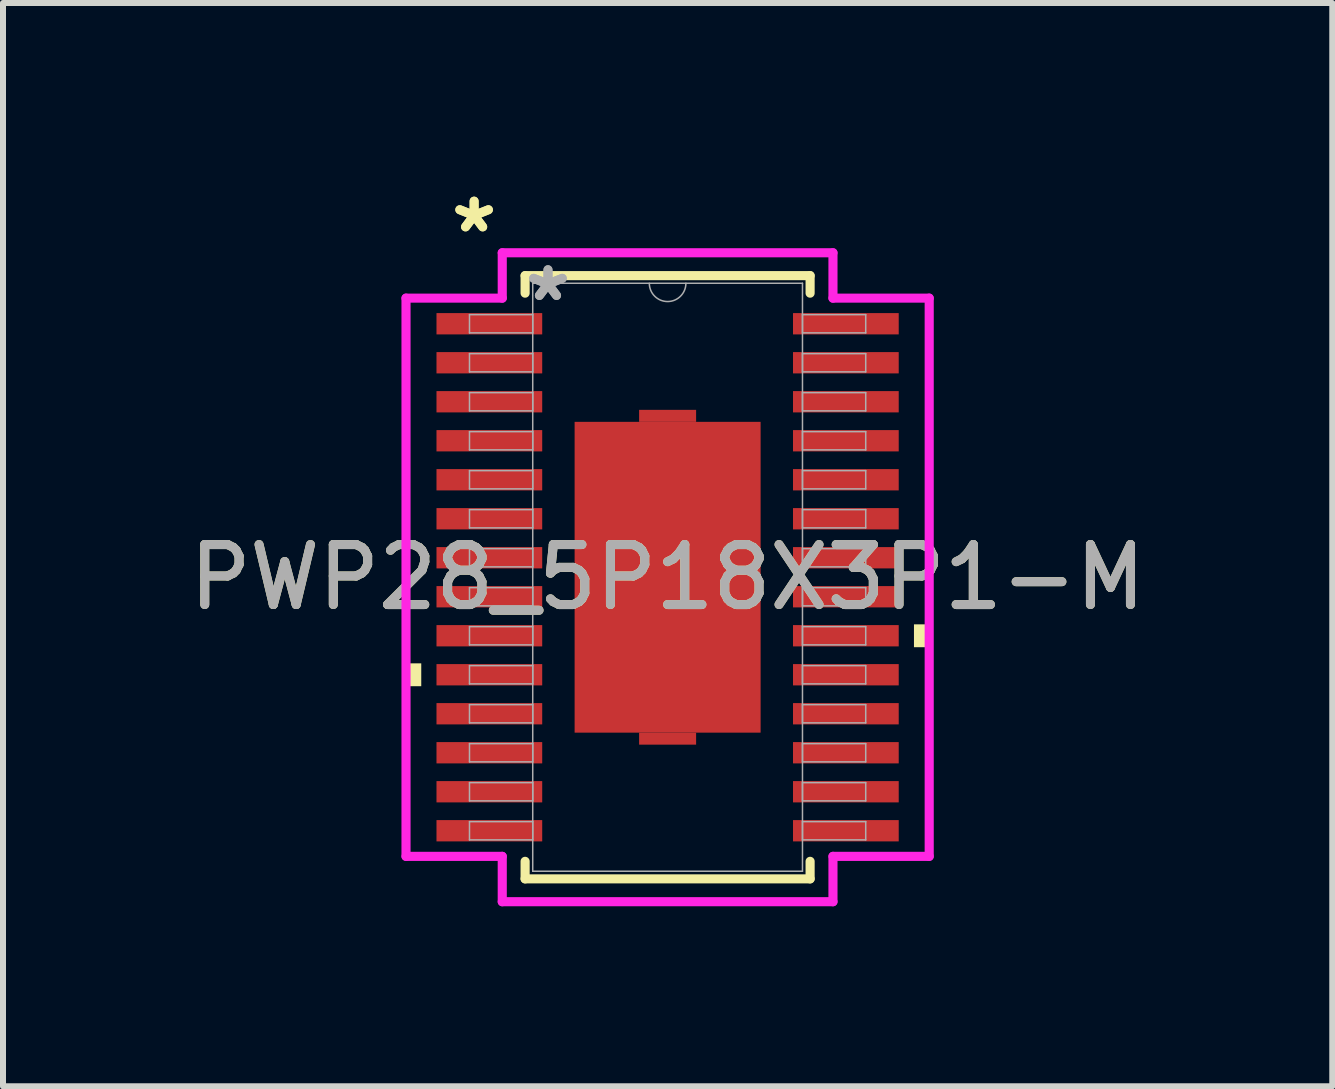
<source format=kicad_pcb>
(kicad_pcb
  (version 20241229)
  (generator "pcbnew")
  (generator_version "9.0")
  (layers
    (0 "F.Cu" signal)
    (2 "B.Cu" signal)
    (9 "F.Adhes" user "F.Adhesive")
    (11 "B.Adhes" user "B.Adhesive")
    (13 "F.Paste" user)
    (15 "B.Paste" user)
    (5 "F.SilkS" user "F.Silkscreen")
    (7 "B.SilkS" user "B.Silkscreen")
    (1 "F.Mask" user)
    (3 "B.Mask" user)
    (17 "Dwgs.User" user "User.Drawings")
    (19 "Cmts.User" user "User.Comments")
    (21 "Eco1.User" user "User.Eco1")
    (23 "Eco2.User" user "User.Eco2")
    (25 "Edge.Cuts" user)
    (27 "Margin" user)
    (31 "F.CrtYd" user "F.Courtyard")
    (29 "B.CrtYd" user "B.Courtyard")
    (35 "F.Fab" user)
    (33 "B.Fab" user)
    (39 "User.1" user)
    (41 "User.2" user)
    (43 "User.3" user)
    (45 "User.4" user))
  (footprint "PWP28_5P18X3P1-M"
    (layer "F.Cu")
    (at 8.077 6.571)
    (property "Reference" "PWP28_5P18X3P1-M" (at 0 0 0) (unlocked yes) (layer "F.SilkS") (effects (font (size 1 1) (thickness 0.15))))
    (attr smd)
    (fp_poly (pts (xy -0.475 -2.59) (xy -0.475 -2.79) (xy 0.475 -2.79) (xy 0.475 -2.59)) (stroke (width 0) (type solid)) (fill yes) (layer "F.Cu"))
    (fp_poly (pts (xy -0.475 2.59) (xy -0.475 2.79) (xy 0.475 2.79) (xy 0.475 2.59)) (stroke (width 0) (type solid)) (fill yes) (layer "F.Cu"))
    (fp_poly (pts (xy -0.475 -2.59) (xy -0.475 -2.79) (xy 0.475 -2.79) (xy 0.475 -2.59)) (stroke (width 0) (type solid)) (fill yes) (layer "F.Mask"))
    (fp_poly (pts (xy -0.475 2.59) (xy -0.475 2.79) (xy 0.475 2.79) (xy 0.475 2.59)) (stroke (width 0) (type solid)) (fill yes) (layer "F.Mask"))
    (fp_line (start -2.375 -5.027) (end -2.375 -4.735) (stroke (width 0.152) (type solid)) (layer "F.SilkS"))
    (fp_line (start -2.375 4.735) (end -2.375 5.027) (stroke (width 0.152) (type solid)) (layer "F.SilkS"))
    (fp_line (start -2.375 5.027) (end 2.375 5.027) (stroke (width 0.152) (type solid)) (layer "F.SilkS"))
    (fp_line (start 2.375 -5.027) (end -2.375 -5.027) (stroke (width 0.152) (type solid)) (layer "F.SilkS"))
    (fp_line (start 2.375 -4.735) (end 2.375 -5.027) (stroke (width 0.152) (type solid)) (layer "F.SilkS"))
    (fp_line (start 2.375 5.027) (end 2.375 4.735) (stroke (width 0.152) (type solid)) (layer "F.SilkS"))
    (fp_poly (pts (xy -4.36 1.435) (xy -4.36 1.816) (xy -4.106 1.816) (xy -4.106 1.435)) (stroke (width 0) (type solid)) (fill yes) (layer "F.SilkS"))
    (fp_poly (pts (xy 4.36 0.785) (xy 4.36 1.166) (xy 4.106 1.166) (xy 4.106 0.785)) (stroke (width 0) (type solid)) (fill yes) (layer "F.SilkS"))
    (fp_poly (pts (xy -1.45 -2.49) (xy -1.45 -1.395) (xy -0.1 -1.395) (xy -0.1 -2.49)) (stroke (width 0) (type solid)) (fill yes) (layer "F.Paste"))
    (fp_poly (pts (xy -1.45 -1.195) (xy -1.45 -0.1) (xy -0.1 -0.1) (xy -0.1 -1.195)) (stroke (width 0) (type solid)) (fill yes) (layer "F.Paste"))
    (fp_poly (pts (xy -1.45 0.1) (xy -1.45 1.195) (xy -0.1 1.195) (xy -0.1 0.1)) (stroke (width 0) (type solid)) (fill yes) (layer "F.Paste"))
    (fp_poly (pts (xy -1.45 1.395) (xy -1.45 2.49) (xy -0.1 2.49) (xy -0.1 1.395)) (stroke (width 0) (type solid)) (fill yes) (layer "F.Paste"))
    (fp_poly (pts (xy 0.1 -2.49) (xy 0.1 -1.395) (xy 1.45 -1.395) (xy 1.45 -2.49)) (stroke (width 0) (type solid)) (fill yes) (layer "F.Paste"))
    (fp_poly (pts (xy 0.1 -1.195) (xy 0.1 -0.1) (xy 1.45 -0.1) (xy 1.45 -1.195)) (stroke (width 0) (type solid)) (fill yes) (layer "F.Paste"))
    (fp_poly (pts (xy 0.1 0.1) (xy 0.1 1.195) (xy 1.45 1.195) (xy 1.45 0.1)) (stroke (width 0) (type solid)) (fill yes) (layer "F.Paste"))
    (fp_poly (pts (xy 0.1 1.395) (xy 0.1 2.49) (xy 1.45 2.49) (xy 1.45 1.395)) (stroke (width 0) (type solid)) (fill yes) (layer "F.Paste"))
    (fp_line (start -4.36 -4.652) (end -2.756 -4.652) (stroke (width 0.152) (type solid)) (layer "F.CrtYd"))
    (fp_line (start -4.36 4.652) (end -4.36 -4.652) (stroke (width 0.152) (type solid)) (layer "F.CrtYd"))
    (fp_line (start -4.36 4.652) (end -2.756 4.652) (stroke (width 0.152) (type solid)) (layer "F.CrtYd"))
    (fp_line (start -2.756 -5.408) (end 2.756 -5.408) (stroke (width 0.152) (type solid)) (layer "F.CrtYd"))
    (fp_line (start -2.756 -4.652) (end -2.756 -5.408) (stroke (width 0.152) (type solid)) (layer "F.CrtYd"))
    (fp_line (start -2.756 5.408) (end -2.756 4.652) (stroke (width 0.152) (type solid)) (layer "F.CrtYd"))
    (fp_line (start 2.756 -5.408) (end 2.756 -4.652) (stroke (width 0.152) (type solid)) (layer "F.CrtYd"))
    (fp_line (start 2.756 4.652) (end 2.756 5.408) (stroke (width 0.152) (type solid)) (layer "F.CrtYd"))
    (fp_line (start 2.756 5.408) (end -2.756 5.408) (stroke (width 0.152) (type solid)) (layer "F.CrtYd"))
    (fp_line (start 4.36 -4.652) (end 2.756 -4.652) (stroke (width 0.152) (type solid)) (layer "F.CrtYd"))
    (fp_line (start 4.36 -4.652) (end 4.36 4.652) (stroke (width 0.152) (type solid)) (layer "F.CrtYd"))
    (fp_line (start 4.36 4.652) (end 2.756 4.652) (stroke (width 0.152) (type solid)) (layer "F.CrtYd"))
    (fp_line (start -3.302 -4.377) (end -3.302 -4.073) (stroke (width 0.025) (type solid)) (layer "F.Fab"))
    (fp_line (start -3.302 -4.073) (end -2.248 -4.073) (stroke (width 0.025) (type solid)) (layer "F.Fab"))
    (fp_line (start -3.302 -3.727) (end -3.302 -3.423) (stroke (width 0.025) (type solid)) (layer "F.Fab"))
    (fp_line (start -3.302 -3.423) (end -2.248 -3.423) (stroke (width 0.025) (type solid)) (layer "F.Fab"))
    (fp_line (start -3.302 -3.077) (end -3.302 -2.773) (stroke (width 0.025) (type solid)) (layer "F.Fab"))
    (fp_line (start -3.302 -2.773) (end -2.248 -2.773) (stroke (width 0.025) (type solid)) (layer "F.Fab"))
    (fp_line (start -3.302 -2.427) (end -3.302 -2.123) (stroke (width 0.025) (type solid)) (layer "F.Fab"))
    (fp_line (start -3.302 -2.123) (end -2.248 -2.123) (stroke (width 0.025) (type solid)) (layer "F.Fab"))
    (fp_line (start -3.302 -1.777) (end -3.302 -1.473) (stroke (width 0.025) (type solid)) (layer "F.Fab"))
    (fp_line (start -3.302 -1.473) (end -2.248 -1.473) (stroke (width 0.025) (type solid)) (layer "F.Fab"))
    (fp_line (start -3.302 -1.127) (end -3.302 -0.823) (stroke (width 0.025) (type solid)) (layer "F.Fab"))
    (fp_line (start -3.302 -0.823) (end -2.248 -0.823) (stroke (width 0.025) (type solid)) (layer "F.Fab"))
    (fp_line (start -3.302 -0.477) (end -3.302 -0.173) (stroke (width 0.025) (type solid)) (layer "F.Fab"))
    (fp_line (start -3.302 -0.173) (end -2.248 -0.173) (stroke (width 0.025) (type solid)) (layer "F.Fab"))
    (fp_line (start -3.302 0.173) (end -3.302 0.477) (stroke (width 0.025) (type solid)) (layer "F.Fab"))
    (fp_line (start -3.302 0.477) (end -2.248 0.477) (stroke (width 0.025) (type solid)) (layer "F.Fab"))
    (fp_line (start -3.302 0.823) (end -3.302 1.127) (stroke (width 0.025) (type solid)) (layer "F.Fab"))
    (fp_line (start -3.302 1.127) (end -2.248 1.127) (stroke (width 0.025) (type solid)) (layer "F.Fab"))
    (fp_line (start -3.302 1.473) (end -3.302 1.777) (stroke (width 0.025) (type solid)) (layer "F.Fab"))
    (fp_line (start -3.302 1.777) (end -2.248 1.777) (stroke (width 0.025) (type solid)) (layer "F.Fab"))
    (fp_line (start -3.302 2.123) (end -3.302 2.427) (stroke (width 0.025) (type solid)) (layer "F.Fab"))
    (fp_line (start -3.302 2.427) (end -2.248 2.427) (stroke (width 0.025) (type solid)) (layer "F.Fab"))
    (fp_line (start -3.302 2.773) (end -3.302 3.077) (stroke (width 0.025) (type solid)) (layer "F.Fab"))
    (fp_line (start -3.302 3.077) (end -2.248 3.077) (stroke (width 0.025) (type solid)) (layer "F.Fab"))
    (fp_line (start -3.302 3.423) (end -3.302 3.727) (stroke (width 0.025) (type solid)) (layer "F.Fab"))
    (fp_line (start -3.302 3.727) (end -2.248 3.727) (stroke (width 0.025) (type solid)) (layer "F.Fab"))
    (fp_line (start -3.302 4.073) (end -3.302 4.377) (stroke (width 0.025) (type solid)) (layer "F.Fab"))
    (fp_line (start -3.302 4.377) (end -2.248 4.377) (stroke (width 0.025) (type solid)) (layer "F.Fab"))
    (fp_line (start -2.248 -4.9) (end -2.248 4.9) (stroke (width 0.025) (type solid)) (layer "F.Fab"))
    (fp_line (start -2.248 -4.377) (end -3.302 -4.377) (stroke (width 0.025) (type solid)) (layer "F.Fab"))
    (fp_line (start -2.248 -4.073) (end -2.248 -4.377) (stroke (width 0.025) (type solid)) (layer "F.Fab"))
    (fp_line (start -2.248 -3.727) (end -3.302 -3.727) (stroke (width 0.025) (type solid)) (layer "F.Fab"))
    (fp_line (start -2.248 -3.423) (end -2.248 -3.727) (stroke (width 0.025) (type solid)) (layer "F.Fab"))
    (fp_line (start -2.248 -3.077) (end -3.302 -3.077) (stroke (width 0.025) (type solid)) (layer "F.Fab"))
    (fp_line (start -2.248 -2.773) (end -2.248 -3.077) (stroke (width 0.025) (type solid)) (layer "F.Fab"))
    (fp_line (start -2.248 -2.427) (end -3.302 -2.427) (stroke (width 0.025) (type solid)) (layer "F.Fab"))
    (fp_line (start -2.248 -2.123) (end -2.248 -2.427) (stroke (width 0.025) (type solid)) (layer "F.Fab"))
    (fp_line (start -2.248 -1.777) (end -3.302 -1.777) (stroke (width 0.025) (type solid)) (layer "F.Fab"))
    (fp_line (start -2.248 -1.473) (end -2.248 -1.777) (stroke (width 0.025) (type solid)) (layer "F.Fab"))
    (fp_line (start -2.248 -1.127) (end -3.302 -1.127) (stroke (width 0.025) (type solid)) (layer "F.Fab"))
    (fp_line (start -2.248 -0.823) (end -2.248 -1.127) (stroke (width 0.025) (type solid)) (layer "F.Fab"))
    (fp_line (start -2.248 -0.477) (end -3.302 -0.477) (stroke (width 0.025) (type solid)) (layer "F.Fab"))
    (fp_line (start -2.248 -0.173) (end -2.248 -0.477) (stroke (width 0.025) (type solid)) (layer "F.Fab"))
    (fp_line (start -2.248 0.173) (end -3.302 0.173) (stroke (width 0.025) (type solid)) (layer "F.Fab"))
    (fp_line (start -2.248 0.477) (end -2.248 0.173) (stroke (width 0.025) (type solid)) (layer "F.Fab"))
    (fp_line (start -2.248 0.823) (end -3.302 0.823) (stroke (width 0.025) (type solid)) (layer "F.Fab"))
    (fp_line (start -2.248 1.127) (end -2.248 0.823) (stroke (width 0.025) (type solid)) (layer "F.Fab"))
    (fp_line (start -2.248 1.473) (end -3.302 1.473) (stroke (width 0.025) (type solid)) (layer "F.Fab"))
    (fp_line (start -2.248 1.777) (end -2.248 1.473) (stroke (width 0.025) (type solid)) (layer "F.Fab"))
    (fp_line (start -2.248 2.123) (end -3.302 2.123) (stroke (width 0.025) (type solid)) (layer "F.Fab"))
    (fp_line (start -2.248 2.427) (end -2.248 2.123) (stroke (width 0.025) (type solid)) (layer "F.Fab"))
    (fp_line (start -2.248 2.773) (end -3.302 2.773) (stroke (width 0.025) (type solid)) (layer "F.Fab"))
    (fp_line (start -2.248 3.077) (end -2.248 2.773) (stroke (width 0.025) (type solid)) (layer "F.Fab"))
    (fp_line (start -2.248 3.423) (end -3.302 3.423) (stroke (width 0.025) (type solid)) (layer "F.Fab"))
    (fp_line (start -2.248 3.727) (end -2.248 3.423) (stroke (width 0.025) (type solid)) (layer "F.Fab"))
    (fp_line (start -2.248 4.073) (end -3.302 4.073) (stroke (width 0.025) (type solid)) (layer "F.Fab"))
    (fp_line (start -2.248 4.377) (end -2.248 4.073) (stroke (width 0.025) (type solid)) (layer "F.Fab"))
    (fp_line (start -2.248 4.9) (end 2.248 4.9) (stroke (width 0.025) (type solid)) (layer "F.Fab"))
    (fp_line (start 2.248 -4.9) (end -2.248 -4.9) (stroke (width 0.025) (type solid)) (layer "F.Fab"))
    (fp_line (start 2.248 -4.377) (end 2.248 -4.073) (stroke (width 0.025) (type solid)) (layer "F.Fab"))
    (fp_line (start 2.248 -4.073) (end 3.302 -4.073) (stroke (width 0.025) (type solid)) (layer "F.Fab"))
    (fp_line (start 2.248 -3.727) (end 2.248 -3.423) (stroke (width 0.025) (type solid)) (layer "F.Fab"))
    (fp_line (start 2.248 -3.423) (end 3.302 -3.423) (stroke (width 0.025) (type solid)) (layer "F.Fab"))
    (fp_line (start 2.248 -3.077) (end 2.248 -2.773) (stroke (width 0.025) (type solid)) (layer "F.Fab"))
    (fp_line (start 2.248 -2.773) (end 3.302 -2.773) (stroke (width 0.025) (type solid)) (layer "F.Fab"))
    (fp_line (start 2.248 -2.427) (end 2.248 -2.123) (stroke (width 0.025) (type solid)) (layer "F.Fab"))
    (fp_line (start 2.248 -2.123) (end 3.302 -2.123) (stroke (width 0.025) (type solid)) (layer "F.Fab"))
    (fp_line (start 2.248 -1.777) (end 2.248 -1.473) (stroke (width 0.025) (type solid)) (layer "F.Fab"))
    (fp_line (start 2.248 -1.473) (end 3.302 -1.473) (stroke (width 0.025) (type solid)) (layer "F.Fab"))
    (fp_line (start 2.248 -1.127) (end 2.248 -0.823) (stroke (width 0.025) (type solid)) (layer "F.Fab"))
    (fp_line (start 2.248 -0.823) (end 3.302 -0.823) (stroke (width 0.025) (type solid)) (layer "F.Fab"))
    (fp_line (start 2.248 -0.477) (end 2.248 -0.173) (stroke (width 0.025) (type solid)) (layer "F.Fab"))
    (fp_line (start 2.248 -0.173) (end 3.302 -0.173) (stroke (width 0.025) (type solid)) (layer "F.Fab"))
    (fp_line (start 2.248 0.173) (end 2.248 0.477) (stroke (width 0.025) (type solid)) (layer "F.Fab"))
    (fp_line (start 2.248 0.477) (end 3.302 0.477) (stroke (width 0.025) (type solid)) (layer "F.Fab"))
    (fp_line (start 2.248 0.823) (end 2.248 1.127) (stroke (width 0.025) (type solid)) (layer "F.Fab"))
    (fp_line (start 2.248 1.127) (end 3.302 1.127) (stroke (width 0.025) (type solid)) (layer "F.Fab"))
    (fp_line (start 2.248 1.473) (end 2.248 1.777) (stroke (width 0.025) (type solid)) (layer "F.Fab"))
    (fp_line (start 2.248 1.777) (end 3.302 1.777) (stroke (width 0.025) (type solid)) (layer "F.Fab"))
    (fp_line (start 2.248 2.123) (end 2.248 2.427) (stroke (width 0.025) (type solid)) (layer "F.Fab"))
    (fp_line (start 2.248 2.427) (end 3.302 2.427) (stroke (width 0.025) (type solid)) (layer "F.Fab"))
    (fp_line (start 2.248 2.773) (end 2.248 3.077) (stroke (width 0.025) (type solid)) (layer "F.Fab"))
    (fp_line (start 2.248 3.077) (end 3.302 3.077) (stroke (width 0.025) (type solid)) (layer "F.Fab"))
    (fp_line (start 2.248 3.423) (end 2.248 3.727) (stroke (width 0.025) (type solid)) (layer "F.Fab"))
    (fp_line (start 2.248 3.727) (end 3.302 3.727) (stroke (width 0.025) (type solid)) (layer "F.Fab"))
    (fp_line (start 2.248 4.073) (end 2.248 4.377) (stroke (width 0.025) (type solid)) (layer "F.Fab"))
    (fp_line (start 2.248 4.377) (end 3.302 4.377) (stroke (width 0.025) (type solid)) (layer "F.Fab"))
    (fp_line (start 2.248 4.9) (end 2.248 -4.9) (stroke (width 0.025) (type solid)) (layer "F.Fab"))
    (fp_line (start 3.302 -4.377) (end 2.248 -4.377) (stroke (width 0.025) (type solid)) (layer "F.Fab"))
    (fp_line (start 3.302 -4.073) (end 3.302 -4.377) (stroke (width 0.025) (type solid)) (layer "F.Fab"))
    (fp_line (start 3.302 -3.727) (end 2.248 -3.727) (stroke (width 0.025) (type solid)) (layer "F.Fab"))
    (fp_line (start 3.302 -3.423) (end 3.302 -3.727) (stroke (width 0.025) (type solid)) (layer "F.Fab"))
    (fp_line (start 3.302 -3.077) (end 2.248 -3.077) (stroke (width 0.025) (type solid)) (layer "F.Fab"))
    (fp_line (start 3.302 -2.773) (end 3.302 -3.077) (stroke (width 0.025) (type solid)) (layer "F.Fab"))
    (fp_line (start 3.302 -2.427) (end 2.248 -2.427) (stroke (width 0.025) (type solid)) (layer "F.Fab"))
    (fp_line (start 3.302 -2.123) (end 3.302 -2.427) (stroke (width 0.025) (type solid)) (layer "F.Fab"))
    (fp_line (start 3.302 -1.777) (end 2.248 -1.777) (stroke (width 0.025) (type solid)) (layer "F.Fab"))
    (fp_line (start 3.302 -1.473) (end 3.302 -1.777) (stroke (width 0.025) (type solid)) (layer "F.Fab"))
    (fp_line (start 3.302 -1.127) (end 2.248 -1.127) (stroke (width 0.025) (type solid)) (layer "F.Fab"))
    (fp_line (start 3.302 -0.823) (end 3.302 -1.127) (stroke (width 0.025) (type solid)) (layer "F.Fab"))
    (fp_line (start 3.302 -0.477) (end 2.248 -0.477) (stroke (width 0.025) (type solid)) (layer "F.Fab"))
    (fp_line (start 3.302 -0.173) (end 3.302 -0.477) (stroke (width 0.025) (type solid)) (layer "F.Fab"))
    (fp_line (start 3.302 0.173) (end 2.248 0.173) (stroke (width 0.025) (type solid)) (layer "F.Fab"))
    (fp_line (start 3.302 0.477) (end 3.302 0.173) (stroke (width 0.025) (type solid)) (layer "F.Fab"))
    (fp_line (start 3.302 0.823) (end 2.248 0.823) (stroke (width 0.025) (type solid)) (layer "F.Fab"))
    (fp_line (start 3.302 1.127) (end 3.302 0.823) (stroke (width 0.025) (type solid)) (layer "F.Fab"))
    (fp_line (start 3.302 1.473) (end 2.248 1.473) (stroke (width 0.025) (type solid)) (layer "F.Fab"))
    (fp_line (start 3.302 1.777) (end 3.302 1.473) (stroke (width 0.025) (type solid)) (layer "F.Fab"))
    (fp_line (start 3.302 2.123) (end 2.248 2.123) (stroke (width 0.025) (type solid)) (layer "F.Fab"))
    (fp_line (start 3.302 2.427) (end 3.302 2.123) (stroke (width 0.025) (type solid)) (layer "F.Fab"))
    (fp_line (start 3.302 2.773) (end 2.248 2.773) (stroke (width 0.025) (type solid)) (layer "F.Fab"))
    (fp_line (start 3.302 3.077) (end 3.302 2.773) (stroke (width 0.025) (type solid)) (layer "F.Fab"))
    (fp_line (start 3.302 3.423) (end 2.248 3.423) (stroke (width 0.025) (type solid)) (layer "F.Fab"))
    (fp_line (start 3.302 3.727) (end 3.302 3.423) (stroke (width 0.025) (type solid)) (layer "F.Fab"))
    (fp_line (start 3.302 4.073) (end 2.248 4.073) (stroke (width 0.025) (type solid)) (layer "F.Fab"))
    (fp_line (start 3.302 4.377) (end 3.302 4.073) (stroke (width 0.025) (type solid)) (layer "F.Fab"))
    (fp_arc (start 0.3048 -4.900003) (mid 0 -4.595203) (end -0.3048 -4.900003) (stroke (width 0.0254) (type solid)) (layer "F.Fab"))
    (fp_text user "*" (at -3.225 -5.723 0) (layer "F.SilkS") (effects (font (size 1 1) (thickness 0.15))))
    (fp_text user "*" (at -3.225 -5.723 0) (unlocked yes) (layer "F.SilkS") (effects (font (size 1 1) (thickness 0.15))))
    (fp_text user "*" (at -1.994 -4.58 0) (layer "F.Fab") (effects (font (size 1 1) (thickness 0.15))))
    (fp_text user "${REFERENCE}" (at 0 0 0) (unlocked yes) (layer "F.Fab") (effects (font (size 1 1) (thickness 0.15))))
    (fp_text user "*" (at -1.994 -4.58 0) (unlocked yes) (layer "F.Fab") (effects (font (size 1 1) (thickness 0.15))))
    (pad "1" smd rect (at -2.971 -4.225) (size 1.762 0.355) (layers "F.Cu" "F.Mask" "F.Paste"))
    (pad "2" smd rect (at -2.971 -3.575) (size 1.762 0.355) (layers "F.Cu" "F.Mask" "F.Paste"))
    (pad "3" smd rect (at -2.971 -2.925) (size 1.762 0.355) (layers "F.Cu" "F.Mask" "F.Paste"))
    (pad "4" smd rect (at -2.971 -2.275) (size 1.762 0.355) (layers "F.Cu" "F.Mask" "F.Paste"))
    (pad "5" smd rect (at -2.971 -1.625) (size 1.762 0.355) (layers "F.Cu" "F.Mask" "F.Paste"))
    (pad "6" smd rect (at -2.971 -0.975) (size 1.762 0.355) (layers "F.Cu" "F.Mask" "F.Paste"))
    (pad "7" smd rect (at -2.971 -0.325) (size 1.762 0.355) (layers "F.Cu" "F.Mask" "F.Paste"))
    (pad "8" smd rect (at -2.971 0.325) (size 1.762 0.355) (layers "F.Cu" "F.Mask" "F.Paste"))
    (pad "9" smd rect (at -2.971 0.975) (size 1.762 0.355) (layers "F.Cu" "F.Mask" "F.Paste"))
    (pad "10" smd rect (at -2.971 1.625) (size 1.762 0.355) (layers "F.Cu" "F.Mask" "F.Paste"))
    (pad "11" smd rect (at -2.971 2.275) (size 1.762 0.355) (layers "F.Cu" "F.Mask" "F.Paste"))
    (pad "12" smd rect (at -2.971 2.925) (size 1.762 0.355) (layers "F.Cu" "F.Mask" "F.Paste"))
    (pad "13" smd rect (at -2.971 3.575) (size 1.762 0.355) (layers "F.Cu" "F.Mask" "F.Paste"))
    (pad "14" smd rect (at -2.971 4.225) (size 1.762 0.355) (layers "F.Cu" "F.Mask" "F.Paste"))
    (pad "15" smd rect (at 2.971 4.225) (size 1.762 0.355) (layers "F.Cu" "F.Mask" "F.Paste"))
    (pad "16" smd rect (at 2.971 3.575) (size 1.762 0.355) (layers "F.Cu" "F.Mask" "F.Paste"))
    (pad "17" smd rect (at 2.971 2.925) (size 1.762 0.355) (layers "F.Cu" "F.Mask" "F.Paste"))
    (pad "18" smd rect (at 2.971 2.275) (size 1.762 0.355) (layers "F.Cu" "F.Mask" "F.Paste"))
    (pad "19" smd rect (at 2.971 1.625) (size 1.762 0.355) (layers "F.Cu" "F.Mask" "F.Paste"))
    (pad "20" smd rect (at 2.971 0.975) (size 1.762 0.355) (layers "F.Cu" "F.Mask" "F.Paste"))
    (pad "21" smd rect (at 2.971 0.325) (size 1.762 0.355) (layers "F.Cu" "F.Mask" "F.Paste"))
    (pad "22" smd rect (at 2.971 -0.325) (size 1.762 0.355) (layers "F.Cu" "F.Mask" "F.Paste"))
    (pad "23" smd rect (at 2.971 -0.975) (size 1.762 0.355) (layers "F.Cu" "F.Mask" "F.Paste"))
    (pad "24" smd rect (at 2.971 -1.625) (size 1.762 0.355) (layers "F.Cu" "F.Mask" "F.Paste"))
    (pad "25" smd rect (at 2.971 -2.275) (size 1.762 0.355) (layers "F.Cu" "F.Mask" "F.Paste"))
    (pad "26" smd rect (at 2.971 -2.925) (size 1.762 0.355) (layers "F.Cu" "F.Mask" "F.Paste"))
    (pad "27" smd rect (at 2.971 -3.575) (size 1.762 0.355) (layers "F.Cu" "F.Mask" "F.Paste"))
    (pad "28" smd rect (at 2.971 -4.225) (size 1.762 0.355) (layers "F.Cu" "F.Mask" "F.Paste"))
    (pad "29" smd rect (at 0 0) (size 3.1 5.18) (layers "F.Cu" "F.Mask" "F.Paste")))
  (gr_rect
    (start -3 -3)
    (end 19.155 15.055)
    (stroke (width 0.1) (type default))
    (fill no)
    (layer "Edge.Cuts")))
</source>
